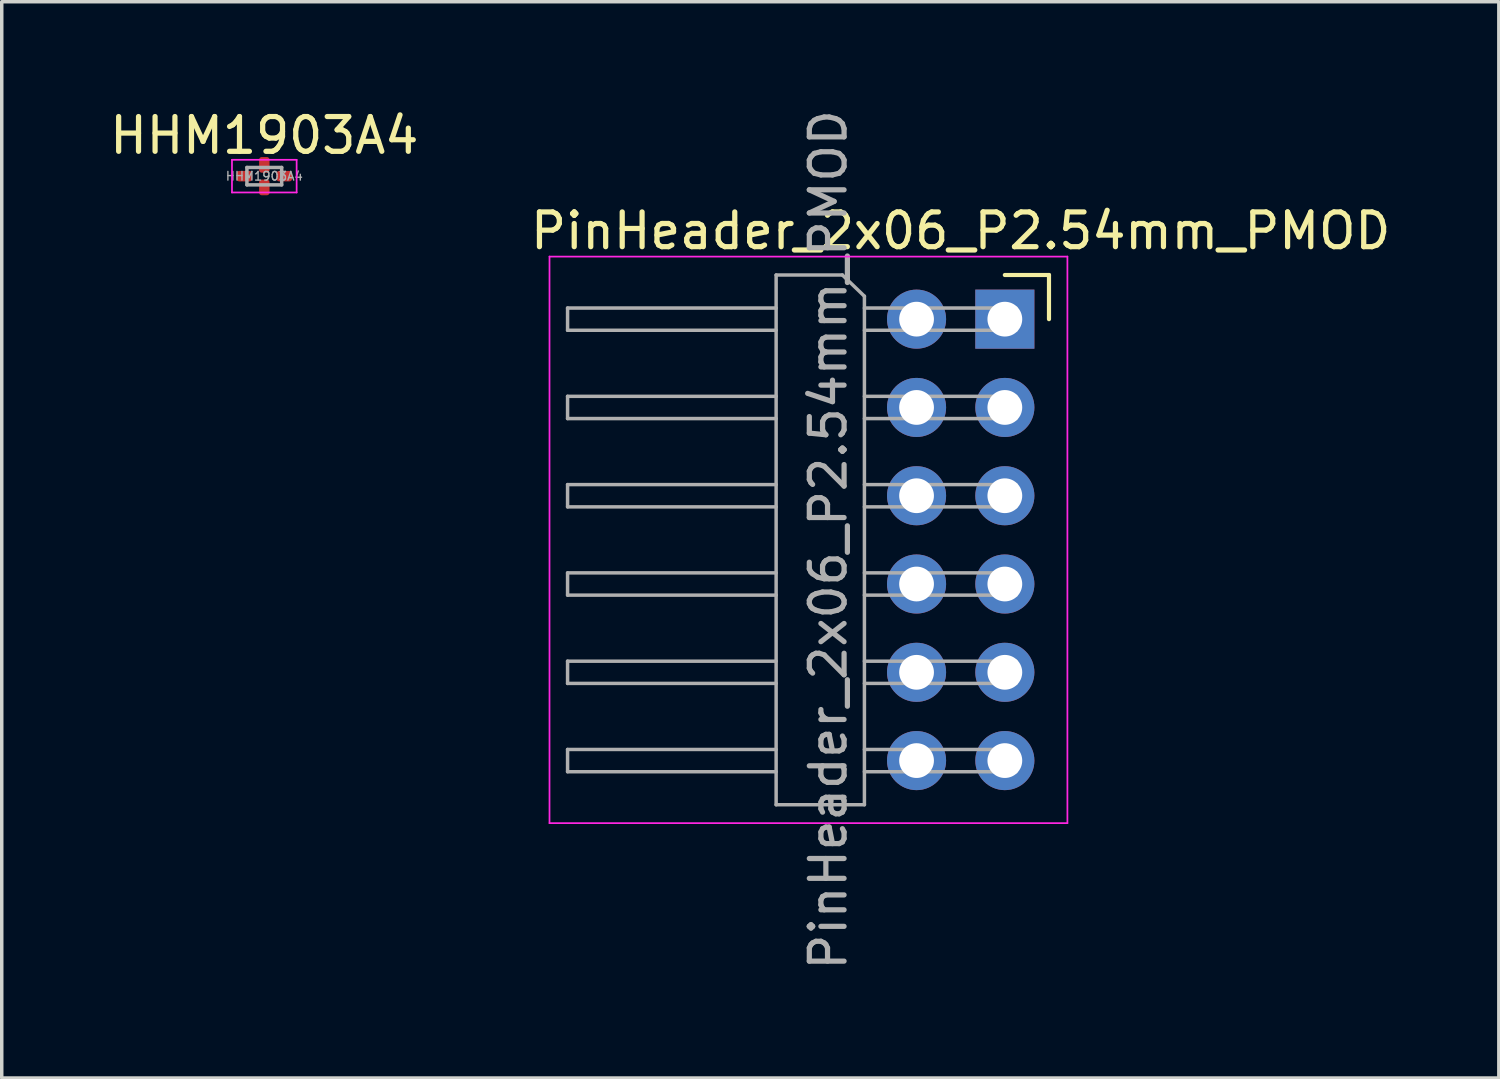
<source format=kicad_pcb>
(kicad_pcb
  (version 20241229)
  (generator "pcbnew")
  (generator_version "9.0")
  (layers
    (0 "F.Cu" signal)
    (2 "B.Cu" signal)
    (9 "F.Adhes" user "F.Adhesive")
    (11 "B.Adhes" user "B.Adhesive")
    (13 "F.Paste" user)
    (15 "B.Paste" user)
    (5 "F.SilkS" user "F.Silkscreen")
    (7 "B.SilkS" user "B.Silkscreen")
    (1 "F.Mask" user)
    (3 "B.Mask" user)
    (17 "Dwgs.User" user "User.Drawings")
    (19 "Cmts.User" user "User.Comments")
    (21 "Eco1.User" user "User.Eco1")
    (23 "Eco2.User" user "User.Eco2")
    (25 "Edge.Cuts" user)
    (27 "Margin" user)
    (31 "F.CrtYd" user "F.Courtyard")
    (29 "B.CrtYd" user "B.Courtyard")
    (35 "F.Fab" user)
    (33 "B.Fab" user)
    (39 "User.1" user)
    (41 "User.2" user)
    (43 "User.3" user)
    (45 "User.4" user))
  (footprint "PinHeader_2x06_P2.54mm_PMOD"
    (layer "F.Cu")
    (at 25.859 6.132)
    (property "Reference" "PinHeader_2x06_P2.54mm_PMOD" (at -1.27 -2.54 0) (layer "F.SilkS") (effects (font (size 1 1) (thickness 0.15))))
    (attr through_hole)
    (fp_line (start 0 -1.27) (end 1.27 -1.27) (stroke (width 0.12) (type solid)) (layer "F.SilkS"))
    (fp_line (start 1.27 -1.27) (end 1.27 0) (stroke (width 0.12) (type solid)) (layer "F.SilkS"))
    (fp_line (start -13.1 -1.8) (end -13.1 14.5) (stroke (width 0.05) (type solid)) (layer "F.CrtYd"))
    (fp_line (start -13.1 14.5) (end 1.8 14.5) (stroke (width 0.05) (type solid)) (layer "F.CrtYd"))
    (fp_line (start 1.8 -1.8) (end -13.1 -1.8) (stroke (width 0.05) (type solid)) (layer "F.CrtYd"))
    (fp_line (start 1.8 14.5) (end 1.8 -1.8) (stroke (width 0.05) (type solid)) (layer "F.CrtYd"))
    (fp_line (start -12.58 0.32) (end -12.58 -0.32) (stroke (width 0.1) (type solid)) (layer "F.Fab"))
    (fp_line (start -12.58 2.86) (end -12.58 2.22) (stroke (width 0.1) (type solid)) (layer "F.Fab"))
    (fp_line (start -12.58 5.4) (end -12.58 4.76) (stroke (width 0.1) (type solid)) (layer "F.Fab"))
    (fp_line (start -12.58 7.94) (end -12.58 7.3) (stroke (width 0.1) (type solid)) (layer "F.Fab"))
    (fp_line (start -12.58 10.48) (end -12.58 9.84) (stroke (width 0.1) (type solid)) (layer "F.Fab"))
    (fp_line (start -12.58 13.02) (end -12.58 12.38) (stroke (width 0.1) (type solid)) (layer "F.Fab"))
    (fp_line (start -6.58 -1.27) (end -4.674 -1.27) (stroke (width 0.1) (type solid)) (layer "F.Fab"))
    (fp_line (start -6.58 -0.32) (end -12.58 -0.32) (stroke (width 0.1) (type solid)) (layer "F.Fab"))
    (fp_line (start -6.58 0.32) (end -12.58 0.32) (stroke (width 0.1) (type solid)) (layer "F.Fab"))
    (fp_line (start -6.58 2.22) (end -12.58 2.22) (stroke (width 0.1) (type solid)) (layer "F.Fab"))
    (fp_line (start -6.58 2.86) (end -12.58 2.86) (stroke (width 0.1) (type solid)) (layer "F.Fab"))
    (fp_line (start -6.58 4.76) (end -12.58 4.76) (stroke (width 0.1) (type solid)) (layer "F.Fab"))
    (fp_line (start -6.58 5.4) (end -12.58 5.4) (stroke (width 0.1) (type solid)) (layer "F.Fab"))
    (fp_line (start -6.58 7.3) (end -12.58 7.3) (stroke (width 0.1) (type solid)) (layer "F.Fab"))
    (fp_line (start -6.58 7.94) (end -12.58 7.94) (stroke (width 0.1) (type solid)) (layer "F.Fab"))
    (fp_line (start -6.58 9.84) (end -12.58 9.84) (stroke (width 0.1) (type solid)) (layer "F.Fab"))
    (fp_line (start -6.58 10.48) (end -12.58 10.48) (stroke (width 0.1) (type solid)) (layer "F.Fab"))
    (fp_line (start -6.58 12.38) (end -12.58 12.38) (stroke (width 0.1) (type solid)) (layer "F.Fab"))
    (fp_line (start -6.58 13.02) (end -12.58 13.02) (stroke (width 0.1) (type solid)) (layer "F.Fab"))
    (fp_line (start -6.58 13.97) (end -6.58 -1.27) (stroke (width 0.1) (type solid)) (layer "F.Fab"))
    (fp_line (start -4.04 -0.66) (end -4.674 -1.27) (stroke (width 0.1) (type solid)) (layer "F.Fab"))
    (fp_line (start -4.04 -0.66) (end -4.04 13.97) (stroke (width 0.1) (type solid)) (layer "F.Fab"))
    (fp_line (start -4.04 13.97) (end -6.58 13.97) (stroke (width 0.1) (type solid)) (layer "F.Fab"))
    (fp_line (start 0.32 -0.32) (end -4.04 -0.32) (stroke (width 0.1) (type solid)) (layer "F.Fab"))
    (fp_line (start 0.32 0.32) (end -4.04 0.32) (stroke (width 0.1) (type solid)) (layer "F.Fab"))
    (fp_line (start 0.32 0.32) (end 0.32 -0.32) (stroke (width 0.1) (type solid)) (layer "F.Fab"))
    (fp_line (start 0.32 2.22) (end -4.04 2.22) (stroke (width 0.1) (type solid)) (layer "F.Fab"))
    (fp_line (start 0.32 2.86) (end -4.04 2.86) (stroke (width 0.1) (type solid)) (layer "F.Fab"))
    (fp_line (start 0.32 2.86) (end 0.32 2.22) (stroke (width 0.1) (type solid)) (layer "F.Fab"))
    (fp_line (start 0.32 4.76) (end -4.04 4.76) (stroke (width 0.1) (type solid)) (layer "F.Fab"))
    (fp_line (start 0.32 5.4) (end -4.04 5.4) (stroke (width 0.1) (type solid)) (layer "F.Fab"))
    (fp_line (start 0.32 5.4) (end 0.32 4.76) (stroke (width 0.1) (type solid)) (layer "F.Fab"))
    (fp_line (start 0.32 7.3) (end -4.04 7.3) (stroke (width 0.1) (type solid)) (layer "F.Fab"))
    (fp_line (start 0.32 7.94) (end -4.04 7.94) (stroke (width 0.1) (type solid)) (layer "F.Fab"))
    (fp_line (start 0.32 7.94) (end 0.32 7.3) (stroke (width 0.1) (type solid)) (layer "F.Fab"))
    (fp_line (start 0.32 9.84) (end -4.04 9.84) (stroke (width 0.1) (type solid)) (layer "F.Fab"))
    (fp_line (start 0.32 10.48) (end -4.04 10.48) (stroke (width 0.1) (type solid)) (layer "F.Fab"))
    (fp_line (start 0.32 10.48) (end 0.32 9.84) (stroke (width 0.1) (type solid)) (layer "F.Fab"))
    (fp_line (start 0.32 12.38) (end -4.04 12.38) (stroke (width 0.1) (type solid)) (layer "F.Fab"))
    (fp_line (start 0.32 13.02) (end -4.04 13.02) (stroke (width 0.1) (type solid)) (layer "F.Fab"))
    (fp_line (start 0.32 13.02) (end 0.32 12.38) (stroke (width 0.1) (type solid)) (layer "F.Fab"))
    (fp_text user "${REFERENCE}" (at -5.08 6.35 90) (layer "F.Fab") (effects (font (size 1 1) (thickness 0.15))))
    (pad "1" thru_hole rect (at 0 0) (size 1.7 1.7) (drill 1) (layers "*.Cu" "*.Mask"))
    (pad "2" thru_hole oval (at 0 2.54) (size 1.7 1.7) (drill 1) (layers "*.Cu" "*.Mask"))
    (pad "3" thru_hole oval (at 0 5.08) (size 1.7 1.7) (drill 1) (layers "*.Cu" "*.Mask"))
    (pad "4" thru_hole oval (at 0 7.62) (size 1.7 1.7) (drill 1) (layers "*.Cu" "*.Mask"))
    (pad "5" thru_hole oval (at 0 10.16) (size 1.7 1.7) (drill 1) (layers "*.Cu" "*.Mask"))
    (pad "6" thru_hole oval (at 0 12.7) (size 1.7 1.7) (drill 1) (layers "*.Cu" "*.Mask"))
    (pad "7" thru_hole oval (at -2.54 0) (size 1.7 1.7) (drill 1) (layers "*.Cu" "*.Mask"))
    (pad "8" thru_hole oval (at -2.54 2.54) (size 1.7 1.7) (drill 1) (layers "*.Cu" "*.Mask"))
    (pad "9" thru_hole oval (at -2.54 5.08) (size 1.7 1.7) (drill 1) (layers "*.Cu" "*.Mask"))
    (pad "10" thru_hole oval (at -2.54 7.62) (size 1.7 1.7) (drill 1) (layers "*.Cu" "*.Mask"))
    (pad "11" thru_hole oval (at -2.54 10.16) (size 1.7 1.7) (drill 1) (layers "*.Cu" "*.Mask"))
    (pad "12" thru_hole oval (at -2.54 12.7) (size 1.7 1.7) (drill 1) (layers "*.Cu" "*.Mask")))
  (footprint "HHM1903A4"
    (layer "F.Cu")
    (at 4.554 2.018)
    (property "Reference" "HHM1903A4" (at 0 -1.17 0) (layer "F.SilkS") (effects (font (size 1 1) (thickness 0.15))))
    (attr smd)
    (fp_line (start -0.93 -0.47) (end 0.93 -0.47) (stroke (width 0.05) (type solid)) (layer "F.CrtYd"))
    (fp_line (start -0.93 0.47) (end -0.93 -0.47) (stroke (width 0.05) (type solid)) (layer "F.CrtYd"))
    (fp_line (start 0.93 -0.47) (end 0.93 0.47) (stroke (width 0.05) (type solid)) (layer "F.CrtYd"))
    (fp_line (start 0.93 0.47) (end -0.93 0.47) (stroke (width 0.05) (type solid)) (layer "F.CrtYd"))
    (fp_line (start -0.5 -0.25) (end 0.5 -0.25) (stroke (width 0.1) (type solid)) (layer "F.Fab"))
    (fp_line (start -0.5 0.25) (end -0.5 -0.25) (stroke (width 0.1) (type solid)) (layer "F.Fab"))
    (fp_line (start 0.5 -0.25) (end 0.5 0.25) (stroke (width 0.1) (type solid)) (layer "F.Fab"))
    (fp_line (start 0.5 0.25) (end -0.5 0.25) (stroke (width 0.1) (type solid)) (layer "F.Fab"))
    (fp_text user "${REFERENCE}" (at 0 0 0) (layer "F.Fab") (effects (font (size 0.25 0.25) (thickness 0.04))))
    (pad "1" smd roundrect (at -0.575 0) (size 0.45 0.3) (layers "F.Cu" "F.Mask" "F.Paste") (roundrect_rratio 0.25))
    (pad "2" smd roundrect (at 0 0.325) (size 0.3 0.45) (layers "F.Cu" "F.Mask" "F.Paste") (roundrect_rratio 0.25))
    (pad "3" smd roundrect (at 0.575 0) (size 0.45 0.3) (layers "F.Cu" "F.Mask" "F.Paste") (roundrect_rratio 0.25))
    (pad "4" smd roundrect (at 0 -0.325) (size 0.3 0.45) (layers "F.Cu" "F.Mask" "F.Paste") (roundrect_rratio 0.25)))
  (gr_rect
    (start -3 -3)
    (end 40.071 27.964)
    (stroke (width 0.1) (type default))
    (fill no)
    (layer "Edge.Cuts")))
</source>
